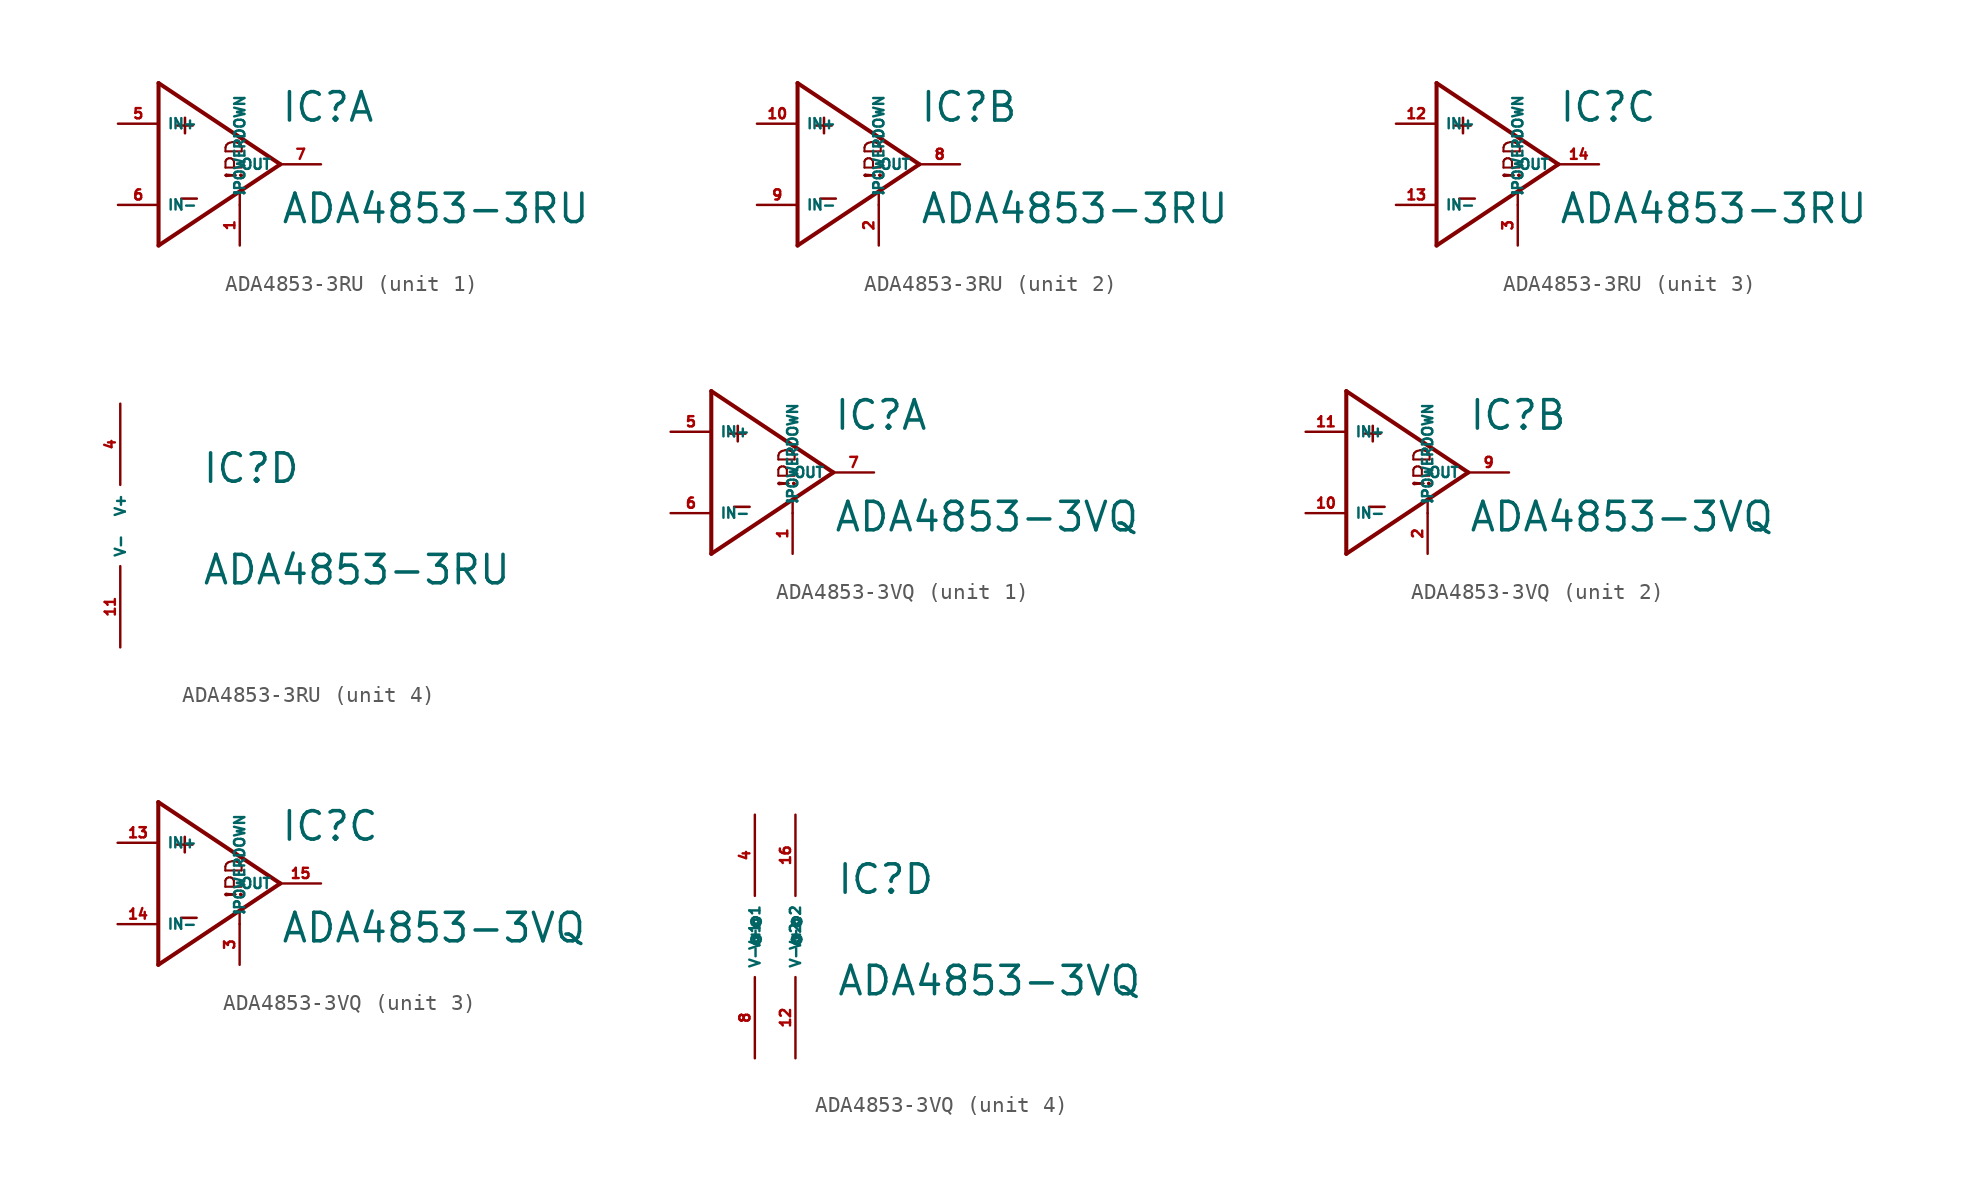
<source format=kicad_sym>
(kicad_symbol_lib
  (version 20220914)
  (generator Eagle2Kicad)
  (symbol "ADA4853-3RU"
    (property "Reference" "IC"
      (at 5.08 2.54 0)
      (effects (font (size 1.778 1.778) (thickness 0.22)) (justify left bottom)))
    (property "Value" "ADA4853-3RU"
      (at 5.08 -3.81 0)
      (effects (font (size 1.778 1.778) (thickness 0.22)) (justify left bottom)))
    (symbol "ADA4853-3RU_1_0"
      (polyline (pts (xy -2.54 5.08) (xy -2.54 -5.08)) (stroke (width 0.254) (type default)) (fill (type none)))
      (polyline (pts (xy -2.54 -5.08) (xy 5.08 0)) (stroke (width 0.254) (type default)) (fill (type none)))
      (polyline (pts (xy 5.08 0) (xy -2.54 5.08)) (stroke (width 0.254) (type default)) (fill (type none)))
      (polyline (pts (xy 2.54 -2.54) (xy 2.54 -1.778)) (stroke (width 0.152) (type default)) (fill (type none)))
      (text "+" (at -1.778 1.778 0) (effects (font (size 1.27 1.27) (thickness 0.16)) (justify left bottom)))
      (text "-" (at -1.524 -2.794 0) (effects (font (size 1.27 1.27) (thickness 0.16)) (justify left bottom)))
      (text "!PD" (at 2.794 -1.016 900) (effects (font (size 1.016 1.016) (thickness 0.13)) (justify left bottom)))
      (pin input line (at -5.08 2.54 0) (length 2.54) (name "IN+" (effects (font (size 0.635 0.635) (thickness 0.08)) (justify left bottom))) (number "5" (effects (font (size 0.635 0.635) (thickness 0.08)) (justify left bottom))))
      (pin input line (at -5.08 -2.54 0) (length 2.54) (name "IN-" (effects (font (size 0.635 0.635) (thickness 0.08)) (justify left bottom))) (number "6" (effects (font (size 0.635 0.635) (thickness 0.08)) (justify left bottom))))
      (pin output line (at 7.62 0 180) (length 2.54) (name "OUT" (effects (font (size 0.635 0.635) (thickness 0.08)) (justify left bottom))) (number "7" (effects (font (size 0.635 0.635) (thickness 0.08)) (justify left bottom))))
      (pin passive line (at 2.54 -5.08 90) (length 2.54) (name "!POWERDOWN" (effects (font (size 0.635 0.635) (thickness 0.08)) (justify left bottom))) (number "1" (effects (font (size 0.635 0.635) (thickness 0.08)) (justify left bottom)))))
    (symbol "ADA4853-3RU_2_0"
      (polyline (pts (xy -2.54 5.08) (xy -2.54 -5.08)) (stroke (width 0.254) (type default)) (fill (type none)))
      (polyline (pts (xy -2.54 -5.08) (xy 5.08 0)) (stroke (width 0.254) (type default)) (fill (type none)))
      (polyline (pts (xy 5.08 0) (xy -2.54 5.08)) (stroke (width 0.254) (type default)) (fill (type none)))
      (polyline (pts (xy 2.54 -2.54) (xy 2.54 -1.778)) (stroke (width 0.152) (type default)) (fill (type none)))
      (text "+" (at -1.778 1.778 0) (effects (font (size 1.27 1.27) (thickness 0.16)) (justify left bottom)))
      (text "-" (at -1.524 -2.794 0) (effects (font (size 1.27 1.27) (thickness 0.16)) (justify left bottom)))
      (text "!PD" (at 2.794 -1.016 900) (effects (font (size 1.016 1.016) (thickness 0.13)) (justify left bottom)))
      (pin input line (at -5.08 2.54 0) (length 2.54) (name "IN+" (effects (font (size 0.635 0.635) (thickness 0.08)) (justify left bottom))) (number "10" (effects (font (size 0.635 0.635) (thickness 0.08)) (justify left bottom))))
      (pin input line (at -5.08 -2.54 0) (length 2.54) (name "IN-" (effects (font (size 0.635 0.635) (thickness 0.08)) (justify left bottom))) (number "9" (effects (font (size 0.635 0.635) (thickness 0.08)) (justify left bottom))))
      (pin output line (at 7.62 0 180) (length 2.54) (name "OUT" (effects (font (size 0.635 0.635) (thickness 0.08)) (justify left bottom))) (number "8" (effects (font (size 0.635 0.635) (thickness 0.08)) (justify left bottom))))
      (pin passive line (at 2.54 -5.08 90) (length 2.54) (name "!POWERDOWN" (effects (font (size 0.635 0.635) (thickness 0.08)) (justify left bottom))) (number "2" (effects (font (size 0.635 0.635) (thickness 0.08)) (justify left bottom)))))
    (symbol "ADA4853-3RU_3_0"
      (polyline (pts (xy -2.54 5.08) (xy -2.54 -5.08)) (stroke (width 0.254) (type default)) (fill (type none)))
      (polyline (pts (xy -2.54 -5.08) (xy 5.08 0)) (stroke (width 0.254) (type default)) (fill (type none)))
      (polyline (pts (xy 5.08 0) (xy -2.54 5.08)) (stroke (width 0.254) (type default)) (fill (type none)))
      (polyline (pts (xy 2.54 -2.54) (xy 2.54 -1.778)) (stroke (width 0.152) (type default)) (fill (type none)))
      (text "+" (at -1.778 1.778 0) (effects (font (size 1.27 1.27) (thickness 0.16)) (justify left bottom)))
      (text "-" (at -1.524 -2.794 0) (effects (font (size 1.27 1.27) (thickness 0.16)) (justify left bottom)))
      (text "!PD" (at 2.794 -1.016 900) (effects (font (size 1.016 1.016) (thickness 0.13)) (justify left bottom)))
      (pin input line (at -5.08 2.54 0) (length 2.54) (name "IN+" (effects (font (size 0.635 0.635) (thickness 0.08)) (justify left bottom))) (number "12" (effects (font (size 0.635 0.635) (thickness 0.08)) (justify left bottom))))
      (pin input line (at -5.08 -2.54 0) (length 2.54) (name "IN-" (effects (font (size 0.635 0.635) (thickness 0.08)) (justify left bottom))) (number "13" (effects (font (size 0.635 0.635) (thickness 0.08)) (justify left bottom))))
      (pin output line (at 7.62 0 180) (length 2.54) (name "OUT" (effects (font (size 0.635 0.635) (thickness 0.08)) (justify left bottom))) (number "14" (effects (font (size 0.635 0.635) (thickness 0.08)) (justify left bottom))))
      (pin passive line (at 2.54 -5.08 90) (length 2.54) (name "!POWERDOWN" (effects (font (size 0.635 0.635) (thickness 0.08)) (justify left bottom))) (number "3" (effects (font (size 0.635 0.635) (thickness 0.08)) (justify left bottom)))))
    (symbol "ADA4853-3RU_4_0"
      (pin unspecified line (at 0 7.62 270) (length 5.08) (name "V+" (effects (font (size 0.635 0.635) (thickness 0.08)) (justify left bottom))) (number "4" (effects (font (size 0.635 0.635) (thickness 0.08)) (justify left bottom))))
      (pin unspecified line (at 0 -7.62 90) (length 5.08) (name "V-" (effects (font (size 0.635 0.635) (thickness 0.08)) (justify left bottom))) (number "11" (effects (font (size 0.635 0.635) (thickness 0.08)) (justify left bottom))))))
  (symbol "ADA4853-3VQ"
    (property "Reference" "IC"
      (at 5.08 2.54 0)
      (effects (font (size 1.778 1.778) (thickness 0.22)) (justify left bottom)))
    (property "Value" "ADA4853-3VQ"
      (at 5.08 -3.81 0)
      (effects (font (size 1.778 1.778) (thickness 0.22)) (justify left bottom)))
    (symbol "ADA4853-3VQ_1_0"
      (polyline (pts (xy -2.54 5.08) (xy -2.54 -5.08)) (stroke (width 0.254) (type default)) (fill (type none)))
      (polyline (pts (xy -2.54 -5.08) (xy 5.08 0)) (stroke (width 0.254) (type default)) (fill (type none)))
      (polyline (pts (xy 5.08 0) (xy -2.54 5.08)) (stroke (width 0.254) (type default)) (fill (type none)))
      (polyline (pts (xy 2.54 -2.54) (xy 2.54 -1.778)) (stroke (width 0.152) (type default)) (fill (type none)))
      (text "+" (at -1.778 1.778 0) (effects (font (size 1.27 1.27) (thickness 0.16)) (justify left bottom)))
      (text "-" (at -1.524 -2.794 0) (effects (font (size 1.27 1.27) (thickness 0.16)) (justify left bottom)))
      (text "!PD" (at 2.794 -1.016 900) (effects (font (size 1.016 1.016) (thickness 0.13)) (justify left bottom)))
      (pin input line (at -5.08 2.54 0) (length 2.54) (name "IN+" (effects (font (size 0.635 0.635) (thickness 0.08)) (justify left bottom))) (number "5" (effects (font (size 0.635 0.635) (thickness 0.08)) (justify left bottom))))
      (pin input line (at -5.08 -2.54 0) (length 2.54) (name "IN-" (effects (font (size 0.635 0.635) (thickness 0.08)) (justify left bottom))) (number "6" (effects (font (size 0.635 0.635) (thickness 0.08)) (justify left bottom))))
      (pin output line (at 7.62 0 180) (length 2.54) (name "OUT" (effects (font (size 0.635 0.635) (thickness 0.08)) (justify left bottom))) (number "7" (effects (font (size 0.635 0.635) (thickness 0.08)) (justify left bottom))))
      (pin passive line (at 2.54 -5.08 90) (length 2.54) (name "!POWERDOWN" (effects (font (size 0.635 0.635) (thickness 0.08)) (justify left bottom))) (number "1" (effects (font (size 0.635 0.635) (thickness 0.08)) (justify left bottom)))))
    (symbol "ADA4853-3VQ_2_0"
      (polyline (pts (xy -2.54 5.08) (xy -2.54 -5.08)) (stroke (width 0.254) (type default)) (fill (type none)))
      (polyline (pts (xy -2.54 -5.08) (xy 5.08 0)) (stroke (width 0.254) (type default)) (fill (type none)))
      (polyline (pts (xy 5.08 0) (xy -2.54 5.08)) (stroke (width 0.254) (type default)) (fill (type none)))
      (polyline (pts (xy 2.54 -2.54) (xy 2.54 -1.778)) (stroke (width 0.152) (type default)) (fill (type none)))
      (text "+" (at -1.778 1.778 0) (effects (font (size 1.27 1.27) (thickness 0.16)) (justify left bottom)))
      (text "-" (at -1.524 -2.794 0) (effects (font (size 1.27 1.27) (thickness 0.16)) (justify left bottom)))
      (text "!PD" (at 2.794 -1.016 900) (effects (font (size 1.016 1.016) (thickness 0.13)) (justify left bottom)))
      (pin input line (at -5.08 2.54 0) (length 2.54) (name "IN+" (effects (font (size 0.635 0.635) (thickness 0.08)) (justify left bottom))) (number "11" (effects (font (size 0.635 0.635) (thickness 0.08)) (justify left bottom))))
      (pin input line (at -5.08 -2.54 0) (length 2.54) (name "IN-" (effects (font (size 0.635 0.635) (thickness 0.08)) (justify left bottom))) (number "10" (effects (font (size 0.635 0.635) (thickness 0.08)) (justify left bottom))))
      (pin output line (at 7.62 0 180) (length 2.54) (name "OUT" (effects (font (size 0.635 0.635) (thickness 0.08)) (justify left bottom))) (number "9" (effects (font (size 0.635 0.635) (thickness 0.08)) (justify left bottom))))
      (pin passive line (at 2.54 -5.08 90) (length 2.54) (name "!POWERDOWN" (effects (font (size 0.635 0.635) (thickness 0.08)) (justify left bottom))) (number "2" (effects (font (size 0.635 0.635) (thickness 0.08)) (justify left bottom)))))
    (symbol "ADA4853-3VQ_3_0"
      (polyline (pts (xy -2.54 5.08) (xy -2.54 -5.08)) (stroke (width 0.254) (type default)) (fill (type none)))
      (polyline (pts (xy -2.54 -5.08) (xy 5.08 0)) (stroke (width 0.254) (type default)) (fill (type none)))
      (polyline (pts (xy 5.08 0) (xy -2.54 5.08)) (stroke (width 0.254) (type default)) (fill (type none)))
      (polyline (pts (xy 2.54 -2.54) (xy 2.54 -1.778)) (stroke (width 0.152) (type default)) (fill (type none)))
      (text "+" (at -1.778 1.778 0) (effects (font (size 1.27 1.27) (thickness 0.16)) (justify left bottom)))
      (text "-" (at -1.524 -2.794 0) (effects (font (size 1.27 1.27) (thickness 0.16)) (justify left bottom)))
      (text "!PD" (at 2.794 -1.016 900) (effects (font (size 1.016 1.016) (thickness 0.13)) (justify left bottom)))
      (pin input line (at -5.08 2.54 0) (length 2.54) (name "IN+" (effects (font (size 0.635 0.635) (thickness 0.08)) (justify left bottom))) (number "13" (effects (font (size 0.635 0.635) (thickness 0.08)) (justify left bottom))))
      (pin input line (at -5.08 -2.54 0) (length 2.54) (name "IN-" (effects (font (size 0.635 0.635) (thickness 0.08)) (justify left bottom))) (number "14" (effects (font (size 0.635 0.635) (thickness 0.08)) (justify left bottom))))
      (pin output line (at 7.62 0 180) (length 2.54) (name "OUT" (effects (font (size 0.635 0.635) (thickness 0.08)) (justify left bottom))) (number "15" (effects (font (size 0.635 0.635) (thickness 0.08)) (justify left bottom))))
      (pin passive line (at 2.54 -5.08 90) (length 2.54) (name "!POWERDOWN" (effects (font (size 0.635 0.635) (thickness 0.08)) (justify left bottom))) (number "3" (effects (font (size 0.635 0.635) (thickness 0.08)) (justify left bottom)))))
    (symbol "ADA4853-3VQ_4_0"
      (pin unspecified line (at 0 7.62 270) (length 5.08) (name "V+@1" (effects (font (size 0.635 0.635) (thickness 0.08)) (justify left bottom))) (number "4" (effects (font (size 0.635 0.635) (thickness 0.08)) (justify left bottom))))
      (pin unspecified line (at 0 -7.62 90) (length 5.08) (name "V-@1" (effects (font (size 0.635 0.635) (thickness 0.08)) (justify left bottom))) (number "8" (effects (font (size 0.635 0.635) (thickness 0.08)) (justify left bottom))))
      (pin unspecified line (at 2.54 7.62 270) (length 5.08) (name "V+@2" (effects (font (size 0.635 0.635) (thickness 0.08)) (justify left bottom))) (number "16" (effects (font (size 0.635 0.635) (thickness 0.08)) (justify left bottom))))
      (pin unspecified line (at 2.54 -7.62 90) (length 5.08) (name "V-@2" (effects (font (size 0.635 0.635) (thickness 0.08)) (justify left bottom))) (number "12" (effects (font (size 0.635 0.635) (thickness 0.08)) (justify left bottom)))))))
</source>
